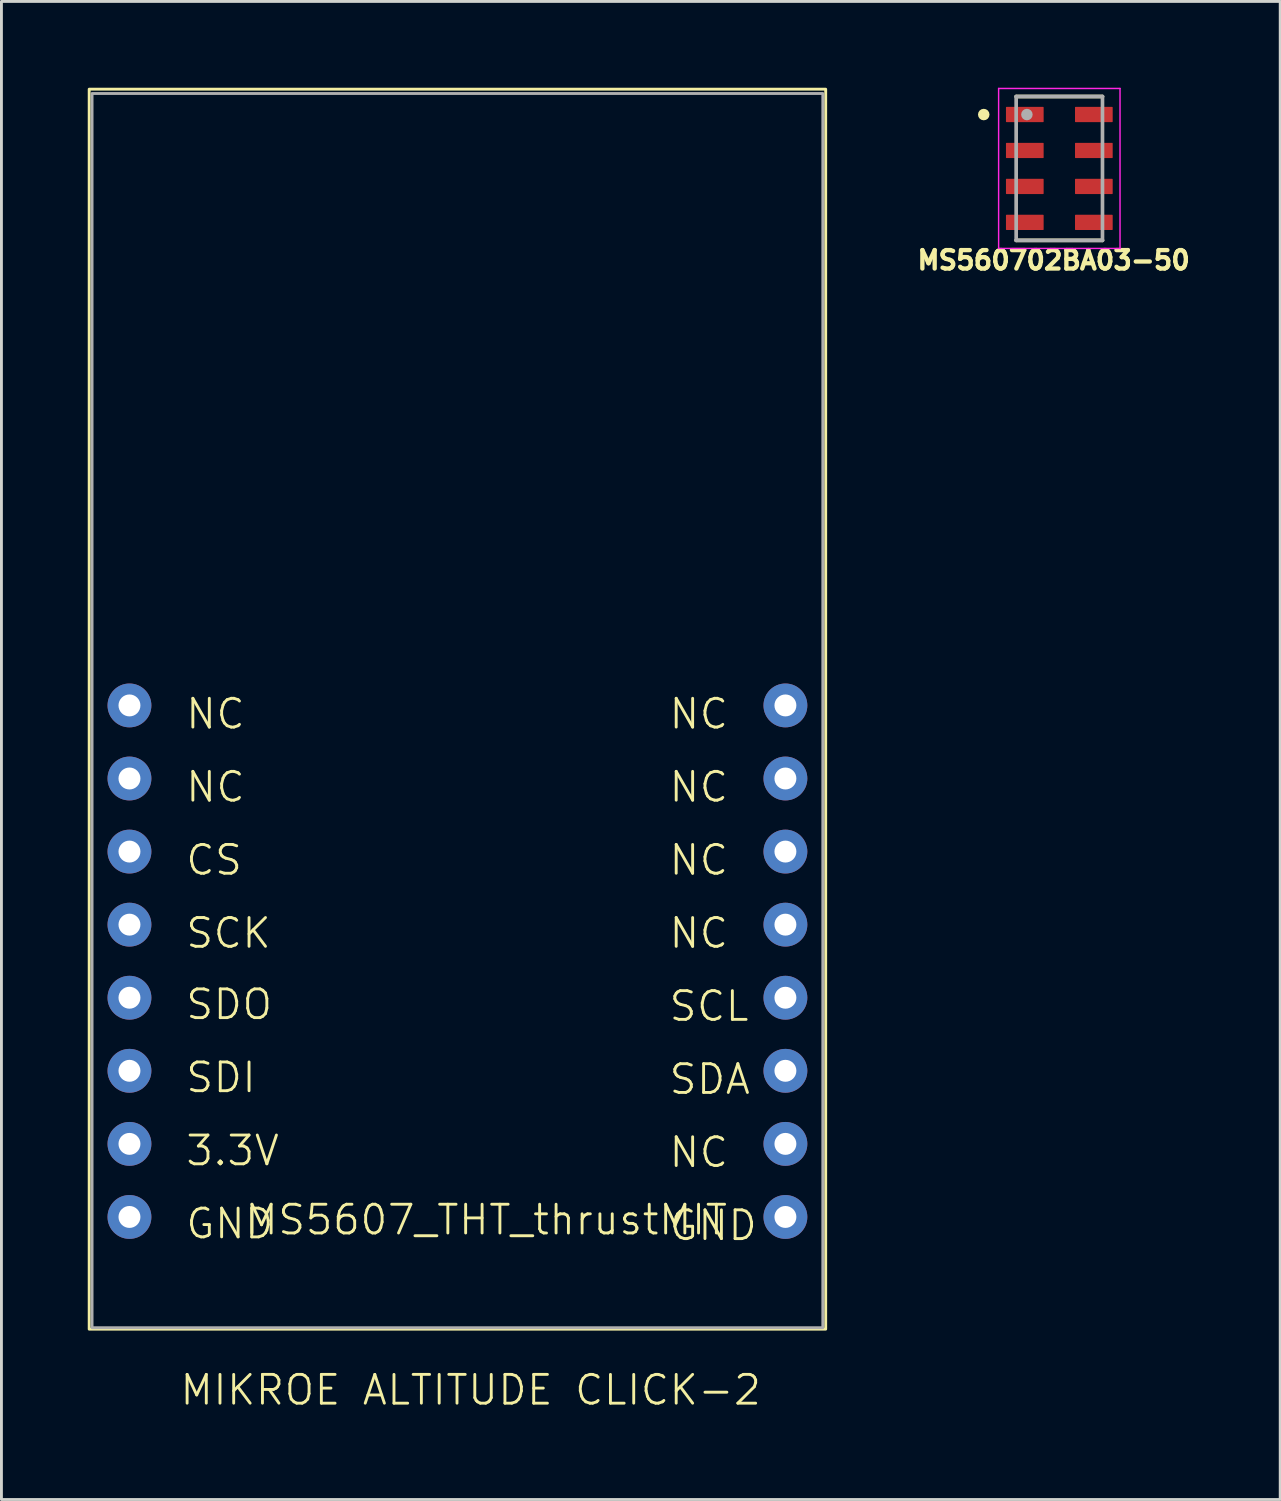
<source format=kicad_pcb>
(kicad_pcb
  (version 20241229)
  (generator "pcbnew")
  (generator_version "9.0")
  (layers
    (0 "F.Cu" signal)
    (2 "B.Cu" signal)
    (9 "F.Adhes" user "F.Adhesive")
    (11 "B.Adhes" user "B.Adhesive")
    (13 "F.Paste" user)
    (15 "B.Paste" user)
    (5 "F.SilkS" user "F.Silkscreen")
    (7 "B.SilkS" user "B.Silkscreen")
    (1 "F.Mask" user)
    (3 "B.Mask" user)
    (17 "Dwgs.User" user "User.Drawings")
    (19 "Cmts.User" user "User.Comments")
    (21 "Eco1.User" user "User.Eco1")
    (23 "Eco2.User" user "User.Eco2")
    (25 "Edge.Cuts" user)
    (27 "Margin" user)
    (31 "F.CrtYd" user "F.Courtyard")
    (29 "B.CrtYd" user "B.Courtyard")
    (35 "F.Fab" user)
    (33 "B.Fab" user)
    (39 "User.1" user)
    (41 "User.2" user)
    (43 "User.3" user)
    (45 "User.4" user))
  (footprint "MS560702BA03-50"
    (layer "F.Cu")
    (at 33.771 2.805)
    (property "Reference" "MS560702BA03-50" (at -0.197 3.19 0) (layer "F.SilkS") (effects (font (size 0.641 0.641) (thickness 0.15))))
    (attr smd)
    (fp_line (start -1.5 -2.5) (end 1.5 -2.5) (stroke (width 0.127) (type solid)) (layer "F.SilkS"))
    (fp_line (start -1.5 2.5) (end 1.5 2.5) (stroke (width 0.127) (type solid)) (layer "F.SilkS"))
    (fp_circle (center -2.627 -1.873) (end -2.527 -1.873) (stroke (width 0.2) (type solid)) (fill no) (layer "F.SilkS"))
    (fp_line (start -2.11 -2.78) (end -2.11 2.78) (stroke (width 0.05) (type solid)) (layer "F.CrtYd"))
    (fp_line (start -2.11 2.78) (end 2.11 2.78) (stroke (width 0.05) (type solid)) (layer "F.CrtYd"))
    (fp_line (start 2.11 -2.78) (end -2.11 -2.78) (stroke (width 0.05) (type solid)) (layer "F.CrtYd"))
    (fp_line (start 2.11 2.78) (end 2.11 -2.78) (stroke (width 0.05) (type solid)) (layer "F.CrtYd"))
    (fp_line (start -1.5 -2.5) (end -1.5 2.5) (stroke (width 0.127) (type solid)) (layer "F.Fab"))
    (fp_line (start -1.5 2.5) (end 1.5 2.5) (stroke (width 0.127) (type solid)) (layer "F.Fab"))
    (fp_line (start 1.5 -2.5) (end -1.5 -2.5) (stroke (width 0.127) (type solid)) (layer "F.Fab"))
    (fp_line (start 1.5 2.5) (end 1.5 -2.5) (stroke (width 0.127) (type solid)) (layer "F.Fab"))
    (fp_circle (center -1.127 -1.873) (end -1.027 -1.873) (stroke (width 0.2) (type solid)) (fill no) (layer "F.Fab"))
    (pad "1" smd roundrect (at -1.2 -1.875) (size 1.31 0.53) (layers "F.Cu" "F.Mask" "F.Paste") (roundrect_rratio 0.04))
    (pad "2" smd roundrect (at -1.2 -0.625) (size 1.31 0.53) (layers "F.Cu" "F.Mask" "F.Paste") (roundrect_rratio 0.04))
    (pad "3" smd roundrect (at -1.2 0.625) (size 1.31 0.53) (layers "F.Cu" "F.Mask" "F.Paste") (roundrect_rratio 0.04))
    (pad "4" smd roundrect (at -1.2 1.875) (size 1.31 0.53) (layers "F.Cu" "F.Mask" "F.Paste") (roundrect_rratio 0.04))
    (pad "5" smd roundrect (at 1.2 1.875) (size 1.31 0.53) (layers "F.Cu" "F.Mask" "F.Paste") (roundrect_rratio 0.04))
    (pad "6" smd roundrect (at 1.2 0.625) (size 1.31 0.53) (layers "F.Cu" "F.Mask" "F.Paste") (roundrect_rratio 0.04))
    (pad "7" smd roundrect (at 1.2 -0.625) (size 1.31 0.53) (layers "F.Cu" "F.Mask" "F.Paste") (roundrect_rratio 0.04))
    (pad "8" smd roundrect (at 1.2 -1.875) (size 1.31 0.53) (layers "F.Cu" "F.Mask" "F.Paste") (roundrect_rratio 0.04))
    (zone (net_name "") (layer "F.Cu") (hatch full 0.508) (connect_pads) (min_thickness 0.01) (filled_areas_thickness no) (keepout (tracks not_allowed) (vias not_allowed) (pads not_allowed) (copperpour not_allowed) (footprints allowed)) (placement (enabled no)) (fill) (polygon (pts (xy 31.893 1.367) (xy 35.646 1.367) (xy 35.646 1.741) (xy 31.893 1.741))))
    (zone (net_name "") (layer "F.Cu") (hatch full 0.508) (connect_pads) (min_thickness 0.01) (filled_areas_thickness no) (keepout (tracks not_allowed) (vias not_allowed) (pads not_allowed) (copperpour not_allowed) (footprints allowed)) (placement (enabled no)) (fill) (polygon (pts (xy 31.895 2.618) (xy 35.646 2.618) (xy 35.646 2.993) (xy 31.895 2.993))))
    (zone (net_name "") (layer "F.Cu") (hatch full 0.508) (connect_pads) (min_thickness 0.01) (filled_areas_thickness no) (keepout (tracks not_allowed) (vias not_allowed) (pads not_allowed) (copperpour not_allowed) (footprints allowed)) (placement (enabled no)) (fill) (polygon (pts (xy 31.896 3.868) (xy 35.646 3.868) (xy 35.646 4.243) (xy 31.896 4.243))))
    (zone (net_name "") (layer "F.Cu") (hatch full 0.508) (connect_pads) (min_thickness 0.01) (filled_areas_thickness no) (keepout (tracks not_allowed) (vias not_allowed) (pads not_allowed) (copperpour not_allowed) (footprints allowed)) (placement (enabled no)) (fill) (polygon (pts (xy 33.396 0.9) (xy 34.152 0.9) (xy 34.152 4.741) (xy 33.396 4.741))))
    (zone (net_name "") (layers "F.Cu" "B.Cu") (hatch full 0.508) (connect_pads) (min_thickness 0.01) (filled_areas_thickness no) (keepout (tracks allowed) (vias not_allowed) (pads allowed) (copperpour allowed) (footprints allowed)) (placement (enabled no)) (fill) (polygon (pts (xy 31.895 1.367) (xy 35.646 1.367) (xy 35.646 1.742) (xy 31.895 1.742))))
    (zone (net_name "") (layers "F.Cu" "B.Cu") (hatch full 0.508) (connect_pads) (min_thickness 0.01) (filled_areas_thickness no) (keepout (tracks allowed) (vias not_allowed) (pads allowed) (copperpour allowed) (footprints allowed)) (placement (enabled no)) (fill) (polygon (pts (xy 31.895 3.868) (xy 35.646 3.868) (xy 35.646 4.244) (xy 31.895 4.244))))
    (zone (net_name "") (layers "F.Cu" "B.Cu") (hatch full 0.508) (connect_pads) (min_thickness 0.01) (filled_areas_thickness no) (keepout (tracks allowed) (vias not_allowed) (pads allowed) (copperpour allowed) (footprints allowed)) (placement (enabled no)) (fill) (polygon (pts (xy 31.895 2.618) (xy 35.646 2.618) (xy 35.646 2.993) (xy 31.895 2.993))))
    (zone (net_name "") (layers "F.Cu" "B.Cu") (hatch full 0.508) (connect_pads) (min_thickness 0.01) (filled_areas_thickness no) (keepout (tracks allowed) (vias not_allowed) (pads allowed) (copperpour allowed) (footprints allowed)) (placement (enabled no)) (fill) (polygon (pts (xy 33.396 0.9) (xy 34.152 0.9) (xy 34.152 4.739) (xy 33.396 4.739))))
    (zone (net_name "") (layer "B.Cu") (hatch full 0.508) (connect_pads) (min_thickness 0.01) (filled_areas_thickness no) (keepout (tracks not_allowed) (vias not_allowed) (pads not_allowed) (copperpour not_allowed) (footprints allowed)) (placement (enabled no)) (fill) (polygon (pts (xy 31.894 1.367) (xy 35.646 1.367) (xy 35.646 1.741) (xy 31.894 1.741))))
    (zone (net_name "") (layer "B.Cu") (hatch full 0.508) (connect_pads) (min_thickness 0.01) (filled_areas_thickness no) (keepout (tracks not_allowed) (vias not_allowed) (pads not_allowed) (copperpour not_allowed) (footprints allowed)) (placement (enabled no)) (fill) (polygon (pts (xy 31.894 2.618) (xy 35.646 2.618) (xy 35.646 2.993) (xy 31.894 2.993))))
    (zone (net_name "") (layer "B.Cu") (hatch full 0.508) (connect_pads) (min_thickness 0.01) (filled_areas_thickness no) (keepout (tracks not_allowed) (vias not_allowed) (pads not_allowed) (copperpour not_allowed) (footprints allowed)) (placement (enabled no)) (fill) (polygon (pts (xy 31.895 3.868) (xy 35.646 3.868) (xy 35.646 4.244) (xy 31.895 4.244))))
    (zone (net_name "") (layer "B.Cu") (hatch full 0.508) (connect_pads) (min_thickness 0.01) (filled_areas_thickness no) (keepout (tracks not_allowed) (vias not_allowed) (pads not_allowed) (copperpour not_allowed) (footprints allowed)) (placement (enabled no)) (fill) (polygon (pts (xy 33.396 0.9) (xy 34.152 0.9) (xy 34.152 4.742) (xy 33.396 4.742)))))
  (footprint "MS5607_THT_thrustMIT"
    (layer "F.Cu")
    (at 13.85 19.35)
    (property "Reference" "MS5607_THT_thrustMIT" (at 0 20 0) (unlocked yes) (layer "F.SilkS") (effects (font (size 1 1) (thickness 0.1))))
    (attr through_hole)
    (fp_rect (start -13.8 -19.3) (end 11.8 23.8) (stroke (width 0.1) (type default)) (fill no) (layer "F.SilkS"))
    (fp_rect (start -13.7 -19.15) (end 11.7 23.75) (stroke (width 0.1) (type default)) (fill no) (layer "F.Fab"))
    (fp_text user "NC" (at 6.3 5.54 0) (unlocked yes) (layer "F.SilkS") (effects (font (size 1 1) (thickness 0.1)) (justify left bottom)))
    (fp_text user "3.3V" (at -10.5 18.18 0) (unlocked yes) (layer "F.SilkS") (effects (font (size 1 1) (thickness 0.1)) (justify left bottom)))
    (fp_text user "GND" (at 6.3 20.78 0) (unlocked yes) (layer "F.SilkS") (effects (font (size 1 1) (thickness 0.1)) (justify left bottom)))
    (fp_text user "NC" (at 6.3 3 0) (unlocked yes) (layer "F.SilkS") (effects (font (size 1 1) (thickness 0.1)) (justify left bottom)))
    (fp_text user "SDO" (at -10.5 13.1 0) (unlocked yes) (layer "F.SilkS") (effects (font (size 1 1) (thickness 0.1)) (justify left bottom)))
    (fp_text user "NC" (at -10.5 5.54 0) (unlocked yes) (layer "F.SilkS") (effects (font (size 1 1) (thickness 0.1)) (justify left bottom)))
    (fp_text user "SCL" (at 6.3 13.16 0) (unlocked yes) (layer "F.SilkS") (effects (font (size 1 1) (thickness 0.1)) (justify left bottom)))
    (fp_text user "GND" (at -10.5 20.72 0) (unlocked yes) (layer "F.SilkS") (effects (font (size 1 1) (thickness 0.1)) (justify left bottom)))
    (fp_text user "NC" (at 6.3 18.24 0) (unlocked yes) (layer "F.SilkS") (effects (font (size 1 1) (thickness 0.1)) (justify left bottom)))
    (fp_text user "SDA" (at 6.3 15.7 0) (unlocked yes) (layer "F.SilkS") (effects (font (size 1 1) (thickness 0.1)) (justify left bottom)))
    (fp_text user "NC" (at 6.3 8.08 0) (unlocked yes) (layer "F.SilkS") (effects (font (size 1 1) (thickness 0.1)) (justify left bottom)))
    (fp_text user "CS" (at -10.5 8.08 0) (unlocked yes) (layer "F.SilkS") (effects (font (size 1 1) (thickness 0.1)) (justify left bottom)))
    (fp_text user "MIKROE ALTITUDE CLICK-2" (at -10.7 26.5 0) (unlocked yes) (layer "F.SilkS") (effects (font (size 1 1) (thickness 0.1)) (justify left bottom)))
    (fp_text user "SDI" (at -10.5 15.64 0) (unlocked yes) (layer "F.SilkS") (effects (font (size 1 1) (thickness 0.1)) (justify left bottom)))
    (fp_text user "NC" (at -10.5 3 0) (unlocked yes) (layer "F.SilkS") (effects (font (size 1 1) (thickness 0.1)) (justify left bottom)))
    (fp_text user "SCK" (at -10.5 10.62 0) (unlocked yes) (layer "F.SilkS") (effects (font (size 1 1) (thickness 0.1)) (justify left bottom)))
    (fp_text user "NC" (at 6.3 10.62 0) (unlocked yes) (layer "F.SilkS") (effects (font (size 1 1) (thickness 0.1)) (justify left bottom)))
    (pad "1" thru_hole circle (at -12.4 2.12) (size 1.524 1.524) (drill 0.762) (layers "*.Cu" "*.Mask"))
    (pad "2" thru_hole circle (at -12.4 4.66) (size 1.524 1.524) (drill 0.762) (layers "*.Cu" "*.Mask"))
    (pad "3" thru_hole circle (at -12.4 7.2) (size 1.524 1.524) (drill 0.762) (layers "*.Cu" "*.Mask"))
    (pad "4" thru_hole circle (at -12.4 9.74) (size 1.524 1.524) (drill 0.762) (layers "*.Cu" "*.Mask"))
    (pad "5" thru_hole circle (at -12.4 12.28) (size 1.524 1.524) (drill 0.762) (layers "*.Cu" "*.Mask"))
    (pad "6" thru_hole circle (at -12.4 14.82) (size 1.524 1.524) (drill 0.762) (layers "*.Cu" "*.Mask"))
    (pad "7" thru_hole circle (at -12.4 17.36) (size 1.524 1.524) (drill 0.762) (layers "*.Cu" "*.Mask"))
    (pad "8" thru_hole circle (at -12.4 19.9) (size 1.524 1.524) (drill 0.762) (layers "*.Cu" "*.Mask"))
    (pad "9" thru_hole circle (at 10.4 19.9) (size 1.524 1.524) (drill 0.762) (layers "*.Cu" "*.Mask"))
    (pad "10" thru_hole circle (at 10.4 17.36) (size 1.524 1.524) (drill 0.762) (layers "*.Cu" "*.Mask"))
    (pad "11" thru_hole circle (at 10.4 14.82) (size 1.524 1.524) (drill 0.762) (layers "*.Cu" "*.Mask"))
    (pad "12" thru_hole circle (at 10.4 12.28) (size 1.524 1.524) (drill 0.762) (layers "*.Cu" "*.Mask"))
    (pad "13" thru_hole circle (at 10.4 9.74) (size 1.524 1.524) (drill 0.762) (layers "*.Cu" "*.Mask"))
    (pad "14" thru_hole circle (at 10.4 7.2) (size 1.524 1.524) (drill 0.762) (layers "*.Cu" "*.Mask"))
    (pad "15" thru_hole circle (at 10.4 4.66) (size 1.524 1.524) (drill 0.762) (layers "*.Cu" "*.Mask"))
    (pad "16" thru_hole circle (at 10.4 2.12) (size 1.524 1.524) (drill 0.762) (layers "*.Cu" "*.Mask")))
  (gr_rect
    (start -3 -3)
    (end 41.449 49.071)
    (stroke (width 0.1) (type default))
    (fill no)
    (layer "Edge.Cuts")))
</source>
